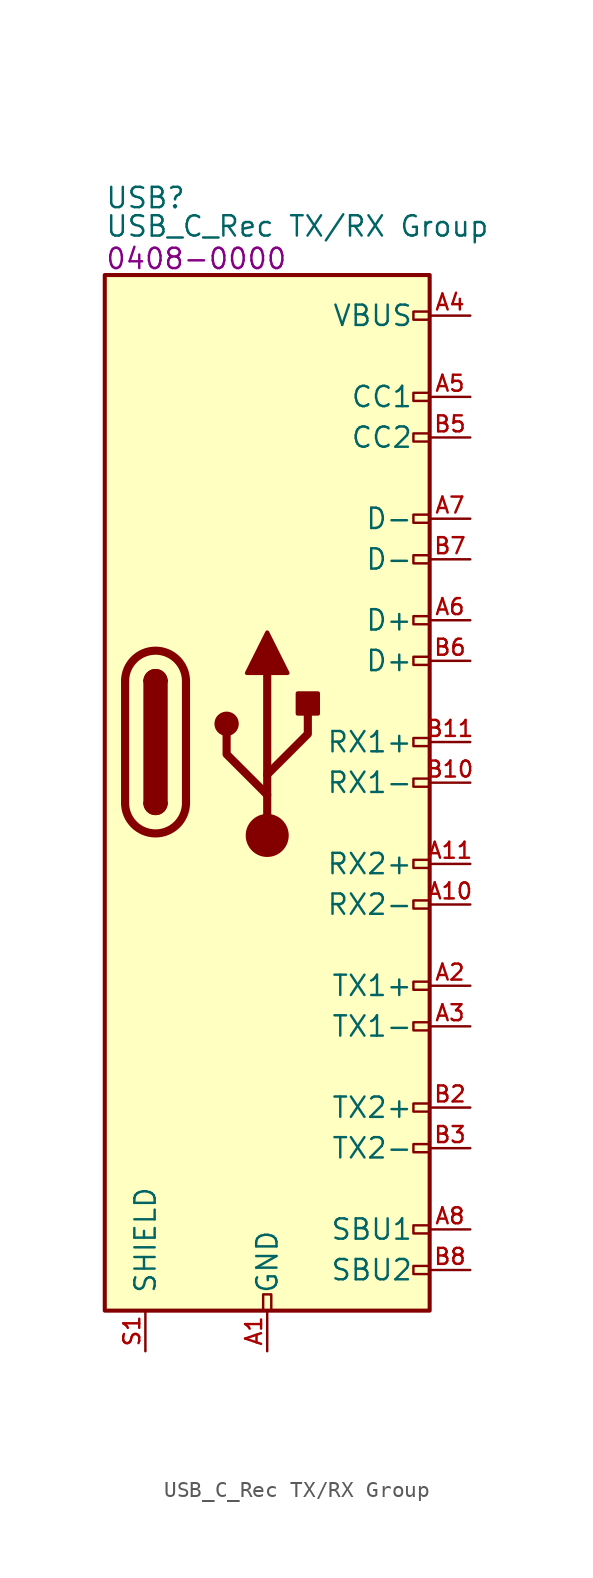
<source format=kicad_sym>
(kicad_symbol_lib
  (version 20231120)
  (generator "kicad_symbol_editor")
  (generator_version "8.0")
  (symbol "USB_C_Rec TX/RX Group"
    (pin_names
      (offset 1.016))
    (property "Reference" "USB"
      (at -10.16 34.036 0)
      (effects (font (size 1.27 1.27)) (justify left)))
    (property "Value" "USB_C_Rec TX{slash}RX Group"
      (at -10.16 32.258 0)
      (effects (font (size 1.27 1.27)) (justify left)))
    (property "PartNumber" "0408-0000"
      (at -10.16 30.226 0)
      (effects (font (size 1.27 1.27)) (justify left)))
    (symbol "USB_C_Rec TX/RX Group_0_0"
      (rectangle (start -0.254 -35.56) (end 0.254 -34.544) (stroke (width 0) (type default)) (fill (type none)))
      (rectangle (start 10.16 -32.766) (end 9.144 -33.274) (stroke (width 0) (type default)) (fill (type none)))
      (rectangle (start 10.16 -30.226) (end 9.144 -30.734) (stroke (width 0) (type default)) (fill (type none)))
      (rectangle (start 10.16 -25.146) (end 9.144 -25.654) (stroke (width 0) (type default)) (fill (type none)))
      (rectangle (start 10.16 -22.606) (end 9.144 -23.114) (stroke (width 0) (type default)) (fill (type none)))
      (rectangle (start 10.16 -17.526) (end 9.144 -18.034) (stroke (width 0) (type default)) (fill (type none)))
      (rectangle (start 10.16 -14.986) (end 9.144 -15.494) (stroke (width 0) (type default)) (fill (type none)))
      (rectangle (start 10.16 -9.906) (end 9.144 -10.414) (stroke (width 0) (type default)) (fill (type none)))
      (rectangle (start 10.16 -7.366) (end 9.144 -7.874) (stroke (width 0) (type default)) (fill (type none)))
      (rectangle (start 10.16 -2.286) (end 9.144 -2.794) (stroke (width 0) (type default)) (fill (type none)))
      (rectangle (start 10.16 0.254) (end 9.144 -0.254) (stroke (width 0) (type default)) (fill (type none)))
      (rectangle (start 10.16 5.334) (end 9.144 4.826) (stroke (width 0) (type default)) (fill (type none)))
      (rectangle (start 10.16 7.874) (end 9.144 7.366) (stroke (width 0) (type default)) (fill (type none)))
      (rectangle (start 10.16 11.684) (end 9.144 11.176) (stroke (width 0) (type default)) (fill (type none)))
      (rectangle (start 10.16 14.224) (end 9.144 13.716) (stroke (width 0) (type default)) (fill (type none)))
      (rectangle (start 10.16 19.304) (end 9.144 18.796) (stroke (width 0) (type default)) (fill (type none)))
      (rectangle (start 10.16 21.844) (end 9.144 21.336) (stroke (width 0) (type default)) (fill (type none)))
      (rectangle (start 10.16 26.924) (end 9.144 26.416) (stroke (width 0) (type default)) (fill (type none))))
    (symbol "USB_C_Rec TX/RX Group_0_1"
      (rectangle (start -10.16 29.21) (end 10.16 -35.56) (stroke (width 0.254) (type default)) (fill (type background)))
      (arc (start -8.89 -3.81) (mid -6.985 -5.7067) (end -5.08 -3.81) (stroke (width 0.508) (type default)) (fill (type none)))
      (arc (start -7.62 -3.81) (mid -6.985 -4.4423) (end -6.35 -3.81) (stroke (width 0.254) (type default)) (fill (type none)))
      (arc (start -7.62 -3.81) (mid -6.985 -4.4423) (end -6.35 -3.81) (stroke (width 0.254) (type default)) (fill (type outline)))
      (rectangle (start -7.62 -3.81) (end -6.35 3.81) (stroke (width 0.254) (type default)) (fill (type outline)))
      (arc (start -6.35 3.81) (mid -6.985 4.4423) (end -7.62 3.81) (stroke (width 0.254) (type default)) (fill (type none)))
      (arc (start -6.35 3.81) (mid -6.985 4.4423) (end -7.62 3.81) (stroke (width 0.254) (type default)) (fill (type outline)))
      (arc (start -5.08 3.81) (mid -6.985 5.7067) (end -8.89 3.81) (stroke (width 0.508) (type default)) (fill (type none)))
      (polyline (pts (xy -8.89 -3.81) (xy -8.89 3.81)) (stroke (width 0.508) (type default)) (fill (type none)))
      (polyline (pts (xy -5.08 3.81) (xy -5.08 -3.81)) (stroke (width 0.508) (type default)) (fill (type none))))
    (symbol "USB_C_Rec TX/RX Group_1_1"
      (circle (center -2.54 1.143) (radius 0.635) (stroke (width 0.254) (type default)) (fill (type outline)))
      (circle (center 0 -5.842) (radius 1.27) (stroke (width 0) (type default)) (fill (type outline)))
      (polyline (pts (xy 0 -5.842) (xy 0 4.318)) (stroke (width 0.508) (type default)) (fill (type none)))
      (polyline (pts (xy 0 -3.302) (xy -2.54 -0.762) (xy -2.54 0.508)) (stroke (width 0.508) (type default)) (fill (type none)))
      (polyline (pts (xy 0 -2.032) (xy 2.54 0.508) (xy 2.54 1.778)) (stroke (width 0.508) (type default)) (fill (type none)))
      (polyline (pts (xy -1.27 4.318) (xy 0 6.858) (xy 1.27 4.318) (xy -1.27 4.318)) (stroke (width 0.254) (type default)) (fill (type outline)))
      (rectangle (start 1.905 1.778) (end 3.175 3.048) (stroke (width 0.254) (type default)) (fill (type outline)))
      (pin passive line (at 0 -38.1 90) (length 2.54) (name "GND" (effects (font (size 1.27 1.27)))) (number "A1" (effects (font (size 1 1)))))
      (pin bidirectional line (at 12.7 -10.16 180) (length 2.54) (name "RX2-" (effects (font (size 1.27 1.27)))) (number "A10" (effects (font (size 1 1)))))
      (pin bidirectional line (at 12.7 -7.62 180) (length 2.54) (name "RX2+" (effects (font (size 1.27 1.27)))) (number "A11" (effects (font (size 1 1)))))
      (pin passive line (at 0 -38.1 90) (length 2.54) hide (name "GND" (effects (font (size 1.27 1.27)))) (number "A12" (effects (font (size 1 1)))))
      (pin bidirectional line (at 12.7 -15.24 180) (length 2.54) (name "TX1+" (effects (font (size 1.27 1.27)))) (number "A2" (effects (font (size 1 1)))))
      (pin bidirectional line (at 12.7 -17.78 180) (length 2.54) (name "TX1-" (effects (font (size 1.27 1.27)))) (number "A3" (effects (font (size 1 1)))))
      (pin passive line (at 12.7 26.67 180) (length 2.54) (name "VBUS" (effects (font (size 1.27 1.27)))) (number "A4" (effects (font (size 1 1)))))
      (pin bidirectional line (at 12.7 21.59 180) (length 2.54) (name "CC1" (effects (font (size 1.27 1.27)))) (number "A5" (effects (font (size 1 1)))))
      (pin bidirectional line (at 12.7 7.62 180) (length 2.54) (name "D+" (effects (font (size 1.27 1.27)))) (number "A6" (effects (font (size 1 1)))))
      (pin bidirectional line (at 12.7 13.97 180) (length 2.54) (name "D-" (effects (font (size 1.27 1.27)))) (number "A7" (effects (font (size 1 1)))))
      (pin bidirectional line (at 12.7 -30.48 180) (length 2.54) (name "SBU1" (effects (font (size 1.27 1.27)))) (number "A8" (effects (font (size 1 1)))))
      (pin passive line (at 12.7 26.67 180) (length 2.54) hide (name "VBUS" (effects (font (size 1.27 1.27)))) (number "A9" (effects (font (size 1 1)))))
      (pin passive line (at 0 -38.1 90) (length 2.54) hide (name "GND" (effects (font (size 1.27 1.27)))) (number "B1" (effects (font (size 1 1)))))
      (pin bidirectional line (at 12.7 -2.54 180) (length 2.54) (name "RX1-" (effects (font (size 1.27 1.27)))) (number "B10" (effects (font (size 1 1)))))
      (pin bidirectional line (at 12.7 0 180) (length 2.54) (name "RX1+" (effects (font (size 1.27 1.27)))) (number "B11" (effects (font (size 1 1)))))
      (pin passive line (at 0 -38.1 90) (length 2.54) hide (name "GND" (effects (font (size 1.27 1.27)))) (number "B12" (effects (font (size 1 1)))))
      (pin bidirectional line (at 12.7 -22.86 180) (length 2.54) (name "TX2+" (effects (font (size 1.27 1.27)))) (number "B2" (effects (font (size 1 1)))))
      (pin bidirectional line (at 12.7 -25.4 180) (length 2.54) (name "TX2-" (effects (font (size 1.27 1.27)))) (number "B3" (effects (font (size 1 1)))))
      (pin passive line (at 12.7 26.67 180) (length 2.54) hide (name "VBUS" (effects (font (size 1.27 1.27)))) (number "B4" (effects (font (size 1 1)))))
      (pin bidirectional line (at 12.7 19.05 180) (length 2.54) (name "CC2" (effects (font (size 1.27 1.27)))) (number "B5" (effects (font (size 1 1)))))
      (pin bidirectional line (at 12.7 5.08 180) (length 2.54) (name "D+" (effects (font (size 1.27 1.27)))) (number "B6" (effects (font (size 1 1)))))
      (pin bidirectional line (at 12.7 11.43 180) (length 2.54) (name "D-" (effects (font (size 1.27 1.27)))) (number "B7" (effects (font (size 1 1)))))
      (pin bidirectional line (at 12.7 -33.02 180) (length 2.54) (name "SBU2" (effects (font (size 1.27 1.27)))) (number "B8" (effects (font (size 1 1)))))
      (pin passive line (at 12.7 26.67 180) (length 2.54) hide (name "VBUS" (effects (font (size 1.27 1.27)))) (number "B9" (effects (font (size 1 1)))))
      (pin passive line (at -7.62 -38.1 90) (length 2.54) (name "SHIELD" (effects (font (size 1.27 1.27)))) (number "S1" (effects (font (size 1 1))))))))
</source>
